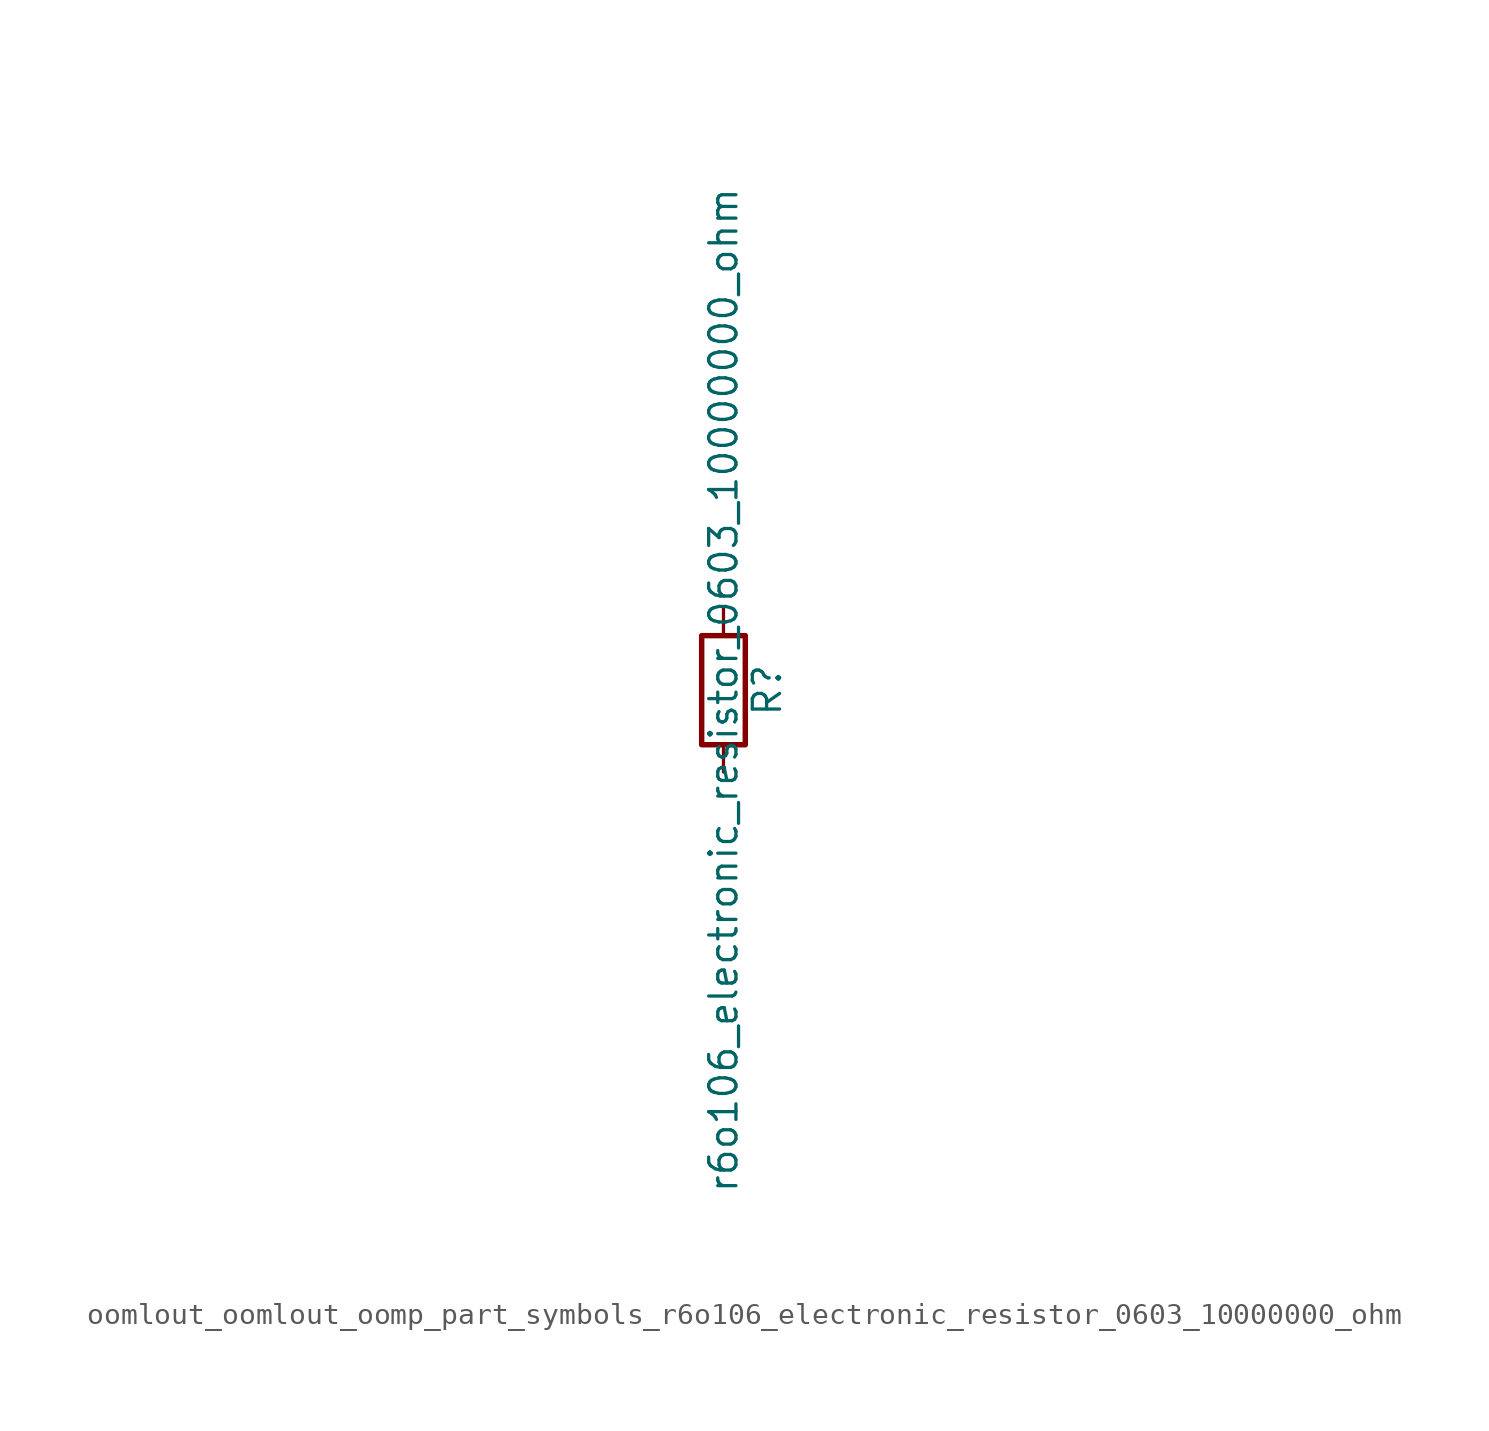
<source format=kicad_sym>
(kicad_symbol_lib
  (version 20220914)
  (generator kicad_symbol_editor)
  (symbol "oomlout_oomlout_oomp_part_symbols_r6o106_electronic_resistor_0603_10000000_ohm"
    (pin_numbers hide)
    (pin_names
      (offset 0))
    (property "Reference" "R"
      (at 2.032 0 90)
      (effects (font (size 1.27 1.27))))
    (property "Value" "r6o106_electronic_resistor_0603_10000000_ohm"
      (at 0 0 90)
      (effects (font (size 1.27 1.27))))
    (symbol "oomlout_oomlout_oomp_part_symbols_r6o106_electronic_resistor_0603_10000000_ohm_0_1"
      (rectangle (start -1.016 -2.54) (end 1.016 2.54) (stroke (width 0.254) (type default)) (fill (type none))))
    (symbol "oomlout_oomlout_oomp_part_symbols_r6o106_electronic_resistor_0603_10000000_ohm_1_1"
      (pin passive line (at 0 3.81 270) (length 1.27) (name "~" (effects (font (size 1.27 1.27)))) (number "1" (effects (font (size 1.27 1.27)))))
      (pin passive line (at 0 -3.81 90) (length 1.27) (name "~" (effects (font (size 1.27 1.27)))) (number "2" (effects (font (size 1.27 1.27))))))))
</source>
